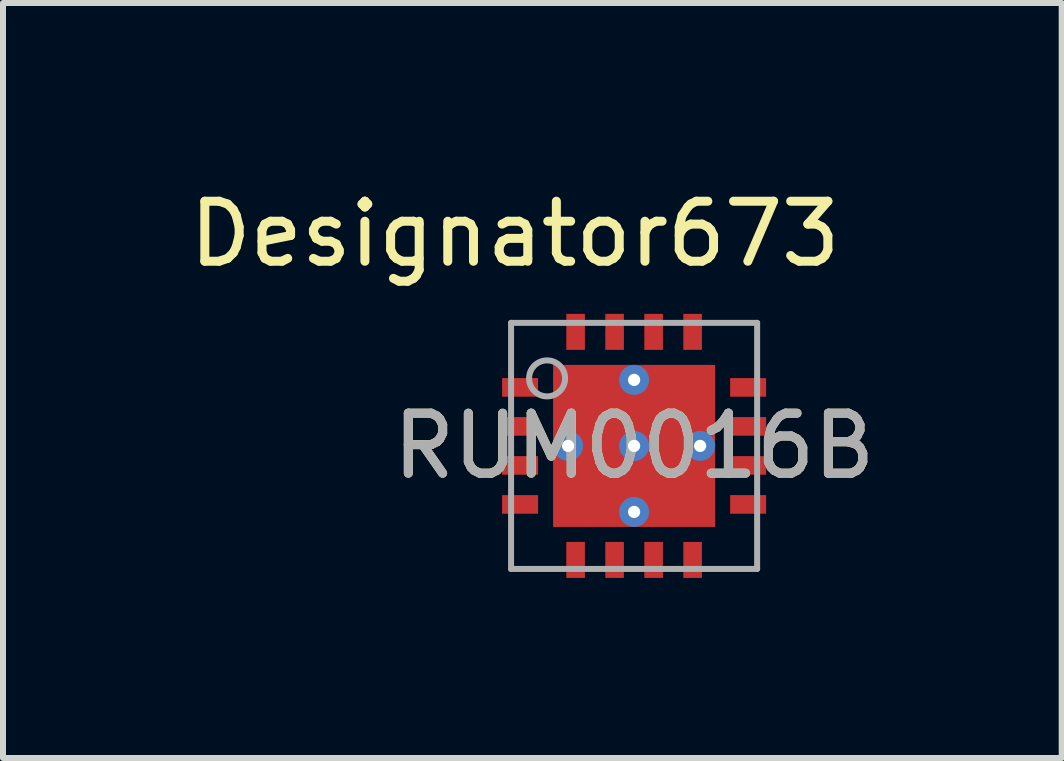
<source format=kicad_pcb>
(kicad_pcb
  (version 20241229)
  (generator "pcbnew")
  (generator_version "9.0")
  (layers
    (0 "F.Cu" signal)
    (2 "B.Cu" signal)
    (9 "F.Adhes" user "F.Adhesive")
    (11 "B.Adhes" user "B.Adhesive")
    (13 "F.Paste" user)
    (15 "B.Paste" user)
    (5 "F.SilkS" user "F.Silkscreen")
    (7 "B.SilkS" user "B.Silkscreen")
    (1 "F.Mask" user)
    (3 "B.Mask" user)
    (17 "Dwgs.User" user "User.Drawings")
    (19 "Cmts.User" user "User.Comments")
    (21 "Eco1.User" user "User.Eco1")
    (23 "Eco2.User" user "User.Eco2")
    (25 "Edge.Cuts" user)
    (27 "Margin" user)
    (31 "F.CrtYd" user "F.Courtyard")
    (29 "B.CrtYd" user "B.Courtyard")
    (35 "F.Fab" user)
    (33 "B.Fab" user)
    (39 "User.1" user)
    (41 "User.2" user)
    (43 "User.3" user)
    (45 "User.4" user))
  (footprint "RUM0016B"
    (layer "F.Cu")
    (at 7.516 4.38)
    (property "Reference" "RUM0016B" (at 0 0 0) (unlocked yes) (layer "F.SilkS") (effects (font (size 1 1) (thickness 0.15))))
    (attr smd)
    (fp_poly (pts (xy -0.1 -0.15) (xy -0.1 -1.24) (xy -0.15 -1.29) (xy -1.24 -1.29) (xy -1.29 -1.24) (xy -1.29 -0.15) (xy -1.24 -0.1) (xy -0.15 -0.1)) (stroke (width 0) (type solid)) (fill yes) (layer "F.Paste"))
    (fp_poly (pts (xy -0.1 0.15) (xy -0.1 1.24) (xy -0.15 1.29) (xy -1.24 1.29) (xy -1.29 1.24) (xy -1.29 0.15) (xy -1.24 0.1) (xy -0.15 0.1)) (stroke (width 0) (type solid)) (fill yes) (layer "F.Paste"))
    (fp_poly (pts (xy 0.1 -0.15) (xy 0.1 -1.24) (xy 0.15 -1.29) (xy 1.24 -1.29) (xy 1.29 -1.24) (xy 1.29 -0.15) (xy 1.24 -0.1) (xy 0.15 -0.1)) (stroke (width 0) (type solid)) (fill yes) (layer "F.Paste"))
    (fp_poly (pts (xy 0.1 0.15) (xy 0.1 1.24) (xy 0.15 1.29) (xy 1.24 1.29) (xy 1.29 1.24) (xy 1.29 0.15) (xy 1.24 0.1) (xy 0.15 0.1)) (stroke (width 0) (type solid)) (fill yes) (layer "F.Paste"))
    (fp_line (start -2.05 -2.05) (end 2.05 -2.05) (stroke (width 0.1) (type solid)) (layer "F.Fab"))
    (fp_line (start -2.05 2.05) (end -2.05 -2.05) (stroke (width 0.1) (type solid)) (layer "F.Fab"))
    (fp_line (start -2.05 2.05) (end 2.05 2.05) (stroke (width 0.1) (type solid)) (layer "F.Fab"))
    (fp_line (start 2.05 2.05) (end 2.05 -2.05) (stroke (width 0.1) (type solid)) (layer "F.Fab"))
    (fp_circle (center -1.45 -1.125) (end -1.15 -1.125) (stroke (width 0.1) (type solid)) (fill no) (layer "F.Fab"))
    (fp_text user "Designator673" (at -1.986 -3.532 0) (unlocked yes) (layer "F.SilkS") (effects (font (size 1 1) (thickness 0.15))))
    (fp_text user "${REFERENCE}" (at 0 0 0) (unlocked yes) (layer "F.Fab") (effects (font (size 1 1) (thickness 0.15))))
    (pad "1" smd rect (at -1.9 -0.975 90) (size 0.31 0.6) (layers "F.Cu" "F.Mask" "F.Paste"))
    (pad "2" smd rect (at -1.9 -0.325 90) (size 0.31 0.6) (layers "F.Cu" "F.Mask" "F.Paste"))
    (pad "3" smd rect (at -1.9 0.325 90) (size 0.31 0.6) (layers "F.Cu" "F.Mask" "F.Paste"))
    (pad "4" smd rect (at -1.9 0.975 90) (size 0.31 0.6) (layers "F.Cu" "F.Mask" "F.Paste"))
    (pad "5" smd rect (at -0.975 1.9) (size 0.31 0.6) (layers "F.Cu" "F.Mask" "F.Paste"))
    (pad "6" smd rect (at -0.325 1.9) (size 0.31 0.6) (layers "F.Cu" "F.Mask" "F.Paste"))
    (pad "7" smd rect (at 0.325 1.9) (size 0.31 0.6) (layers "F.Cu" "F.Mask" "F.Paste"))
    (pad "8" smd rect (at 0.975 1.9) (size 0.31 0.6) (layers "F.Cu" "F.Mask" "F.Paste"))
    (pad "9" smd rect (at 1.9 0.975 90) (size 0.31 0.6) (layers "F.Cu" "F.Mask" "F.Paste"))
    (pad "10" smd rect (at 1.9 0.325 90) (size 0.31 0.6) (layers "F.Cu" "F.Mask" "F.Paste"))
    (pad "11" smd rect (at 1.9 -0.325 90) (size 0.31 0.6) (layers "F.Cu" "F.Mask" "F.Paste"))
    (pad "12" smd rect (at 1.9 -0.975 90) (size 0.31 0.6) (layers "F.Cu" "F.Mask" "F.Paste"))
    (pad "13" smd rect (at 0.975 -1.9) (size 0.31 0.6) (layers "F.Cu" "F.Mask" "F.Paste"))
    (pad "14" smd rect (at 0.325 -1.9) (size 0.31 0.6) (layers "F.Cu" "F.Mask" "F.Paste"))
    (pad "15" smd rect (at -0.325 -1.9) (size 0.31 0.6) (layers "F.Cu" "F.Mask" "F.Paste"))
    (pad "16" smd rect (at -0.975 -1.9) (size 0.31 0.6) (layers "F.Cu" "F.Mask" "F.Paste"))
    (pad "17" smd rect (at 0 0) (size 2.7 2.7) (layers "F.Cu" "F.Mask"))
    (pad "V" thru_hole circle (at -1.1 0) (size 0.5 0.5) (drill 0.203) (layers "*.Cu" "*.Mask"))
    (pad "V" thru_hole circle (at 0 -1.1) (size 0.5 0.5) (drill 0.203) (layers "*.Cu" "*.Mask"))
    (pad "V" thru_hole circle (at 0 0) (size 0.5 0.5) (drill 0.203) (layers "*.Cu" "*.Mask"))
    (pad "V" thru_hole circle (at 0 1.1) (size 0.5 0.5) (drill 0.203) (layers "*.Cu" "*.Mask"))
    (pad "V" thru_hole circle (at 1.1 0) (size 0.5 0.5) (drill 0.203) (layers "*.Cu" "*.Mask")))
  (gr_rect
    (start -3 -3)
    (end 14.641 9.58)
    (stroke (width 0.1) (type default))
    (fill no)
    (layer "Edge.Cuts")))
</source>
